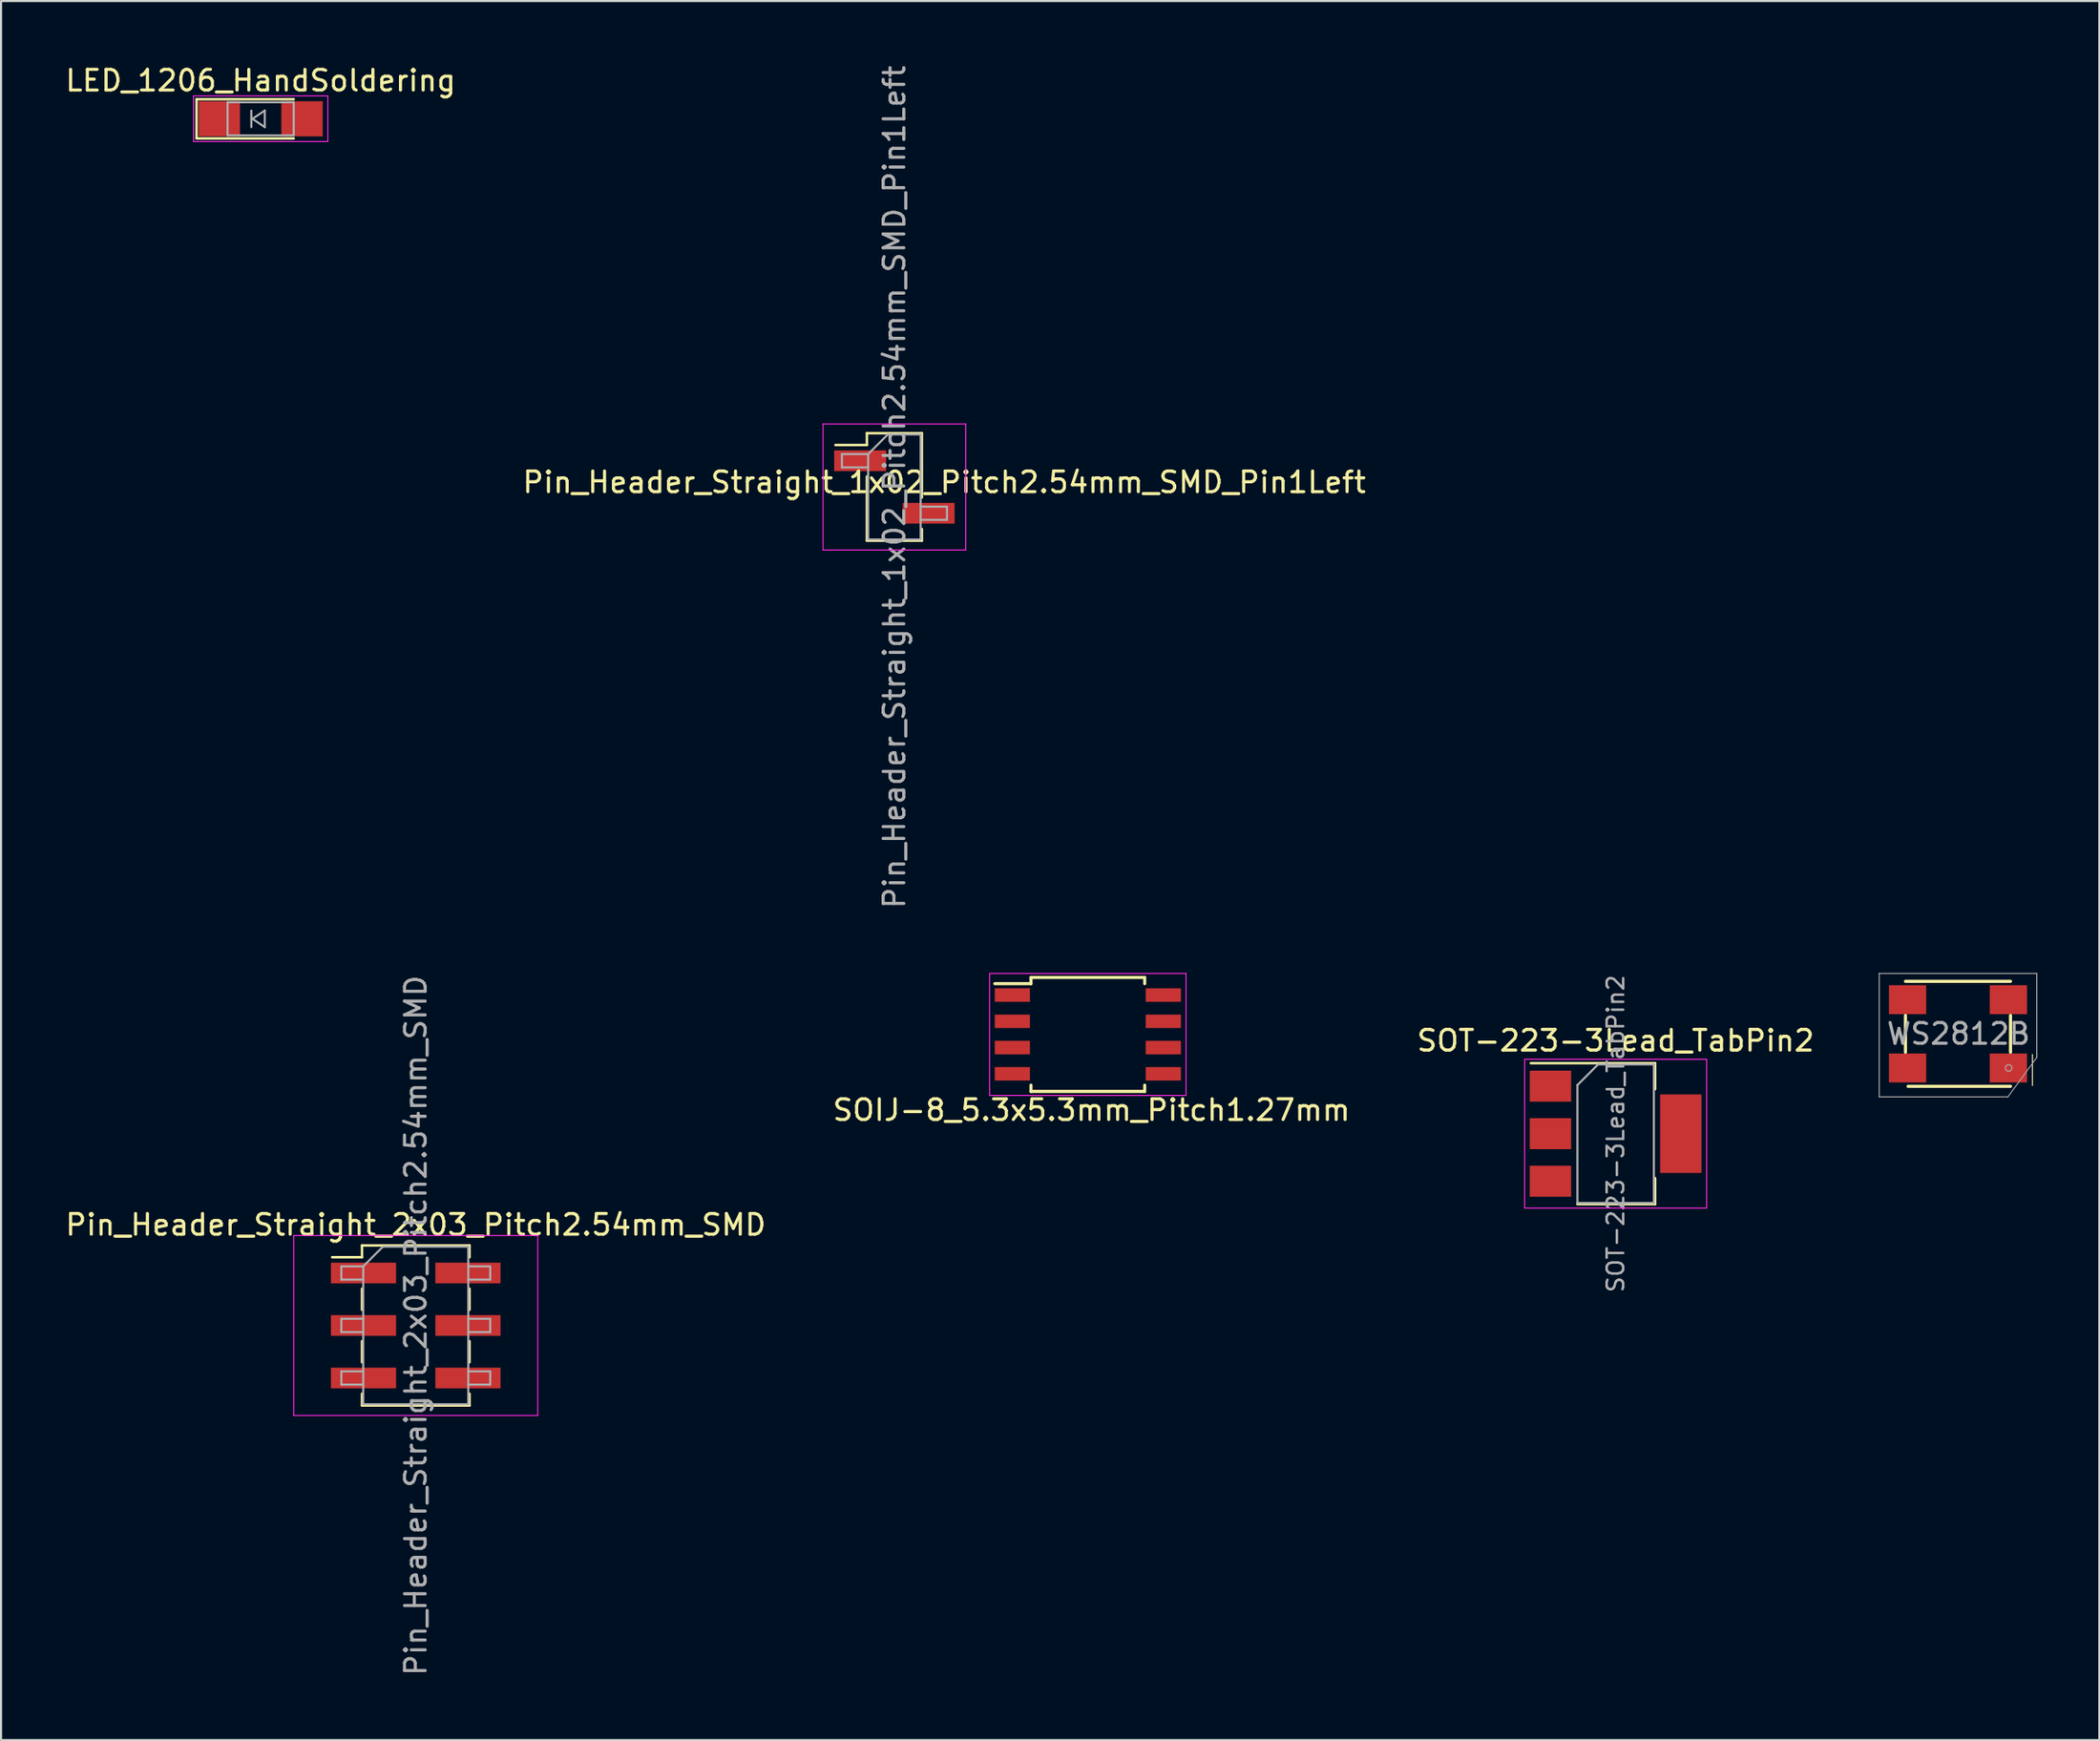
<source format=kicad_pcb>
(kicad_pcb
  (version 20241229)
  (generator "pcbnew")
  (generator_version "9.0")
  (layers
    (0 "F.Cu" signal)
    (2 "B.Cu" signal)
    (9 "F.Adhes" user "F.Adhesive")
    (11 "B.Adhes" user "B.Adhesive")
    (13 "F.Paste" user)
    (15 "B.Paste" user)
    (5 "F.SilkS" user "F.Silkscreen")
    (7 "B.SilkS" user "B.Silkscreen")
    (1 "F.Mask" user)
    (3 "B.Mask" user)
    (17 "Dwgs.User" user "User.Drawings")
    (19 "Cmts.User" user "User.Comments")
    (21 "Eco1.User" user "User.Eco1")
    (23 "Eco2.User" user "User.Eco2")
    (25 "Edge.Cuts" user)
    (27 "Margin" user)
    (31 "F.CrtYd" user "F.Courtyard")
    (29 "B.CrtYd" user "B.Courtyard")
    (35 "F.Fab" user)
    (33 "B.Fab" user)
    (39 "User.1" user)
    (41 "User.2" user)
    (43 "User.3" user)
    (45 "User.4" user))
  (footprint "Pin_Header_Straight_2x03_Pitch2.54mm_SMD"
    (layer "F.Cu")
    (at 17.054 61.065)
    (property "Reference" "Pin_Header_Straight_2x03_Pitch2.54mm_SMD" (at 0 -4.87 0) (layer "F.SilkS") (effects (font (size 1 1) (thickness 0.15))))
    (attr smd)
    (fp_line (start -4.04 -3.3) (end -2.6 -3.3) (stroke (width 0.12) (type solid)) (layer "F.SilkS"))
    (fp_line (start -2.6 -3.87) (end -2.6 -3.3) (stroke (width 0.12) (type solid)) (layer "F.SilkS"))
    (fp_line (start -2.6 -3.87) (end 2.6 -3.87) (stroke (width 0.12) (type solid)) (layer "F.SilkS"))
    (fp_line (start -2.6 -1.78) (end -2.6 -0.76) (stroke (width 0.12) (type solid)) (layer "F.SilkS"))
    (fp_line (start -2.6 0.76) (end -2.6 1.78) (stroke (width 0.12) (type solid)) (layer "F.SilkS"))
    (fp_line (start -2.6 3.3) (end -2.6 3.87) (stroke (width 0.12) (type solid)) (layer "F.SilkS"))
    (fp_line (start -2.6 3.87) (end 2.6 3.87) (stroke (width 0.12) (type solid)) (layer "F.SilkS"))
    (fp_line (start 2.6 -3.87) (end 2.6 -3.3) (stroke (width 0.12) (type solid)) (layer "F.SilkS"))
    (fp_line (start 2.6 -1.78) (end 2.6 -0.76) (stroke (width 0.12) (type solid)) (layer "F.SilkS"))
    (fp_line (start 2.6 0.76) (end 2.6 1.78) (stroke (width 0.12) (type solid)) (layer "F.SilkS"))
    (fp_line (start 2.6 3.3) (end 2.6 3.87) (stroke (width 0.12) (type solid)) (layer "F.SilkS"))
    (fp_line (start -5.9 -4.35) (end -5.9 4.35) (stroke (width 0.05) (type solid)) (layer "F.CrtYd"))
    (fp_line (start -5.9 4.35) (end 5.9 4.35) (stroke (width 0.05) (type solid)) (layer "F.CrtYd"))
    (fp_line (start 5.9 -4.35) (end -5.9 -4.35) (stroke (width 0.05) (type solid)) (layer "F.CrtYd"))
    (fp_line (start 5.9 4.35) (end 5.9 -4.35) (stroke (width 0.05) (type solid)) (layer "F.CrtYd"))
    (fp_line (start -3.6 -2.86) (end -3.6 -2.22) (stroke (width 0.1) (type solid)) (layer "F.Fab"))
    (fp_line (start -3.6 -2.22) (end -2.54 -2.22) (stroke (width 0.1) (type solid)) (layer "F.Fab"))
    (fp_line (start -3.6 -0.32) (end -3.6 0.32) (stroke (width 0.1) (type solid)) (layer "F.Fab"))
    (fp_line (start -3.6 0.32) (end -2.54 0.32) (stroke (width 0.1) (type solid)) (layer "F.Fab"))
    (fp_line (start -3.6 2.22) (end -3.6 2.86) (stroke (width 0.1) (type solid)) (layer "F.Fab"))
    (fp_line (start -3.6 2.86) (end -2.54 2.86) (stroke (width 0.1) (type solid)) (layer "F.Fab"))
    (fp_line (start -2.54 -2.86) (end -3.6 -2.86) (stroke (width 0.1) (type solid)) (layer "F.Fab"))
    (fp_line (start -2.54 -2.86) (end -1.59 -3.81) (stroke (width 0.1) (type solid)) (layer "F.Fab"))
    (fp_line (start -2.54 -0.32) (end -3.6 -0.32) (stroke (width 0.1) (type solid)) (layer "F.Fab"))
    (fp_line (start -2.54 2.22) (end -3.6 2.22) (stroke (width 0.1) (type solid)) (layer "F.Fab"))
    (fp_line (start -2.54 3.81) (end -2.54 -2.86) (stroke (width 0.1) (type solid)) (layer "F.Fab"))
    (fp_line (start -1.59 -3.81) (end 2.54 -3.81) (stroke (width 0.1) (type solid)) (layer "F.Fab"))
    (fp_line (start 2.54 -3.81) (end 2.54 3.81) (stroke (width 0.1) (type solid)) (layer "F.Fab"))
    (fp_line (start 2.54 -2.86) (end 3.6 -2.86) (stroke (width 0.1) (type solid)) (layer "F.Fab"))
    (fp_line (start 2.54 -0.32) (end 3.6 -0.32) (stroke (width 0.1) (type solid)) (layer "F.Fab"))
    (fp_line (start 2.54 2.22) (end 3.6 2.22) (stroke (width 0.1) (type solid)) (layer "F.Fab"))
    (fp_line (start 2.54 3.81) (end -2.54 3.81) (stroke (width 0.1) (type solid)) (layer "F.Fab"))
    (fp_line (start 3.6 -2.86) (end 3.6 -2.22) (stroke (width 0.1) (type solid)) (layer "F.Fab"))
    (fp_line (start 3.6 -2.22) (end 2.54 -2.22) (stroke (width 0.1) (type solid)) (layer "F.Fab"))
    (fp_line (start 3.6 -0.32) (end 3.6 0.32) (stroke (width 0.1) (type solid)) (layer "F.Fab"))
    (fp_line (start 3.6 0.32) (end 2.54 0.32) (stroke (width 0.1) (type solid)) (layer "F.Fab"))
    (fp_line (start 3.6 2.22) (end 3.6 2.86) (stroke (width 0.1) (type solid)) (layer "F.Fab"))
    (fp_line (start 3.6 2.86) (end 2.54 2.86) (stroke (width 0.1) (type solid)) (layer "F.Fab"))
    (fp_text user "${REFERENCE}" (at 0 0 90) (layer "F.Fab") (effects (font (size 1 1) (thickness 0.15))))
    (pad "1" smd rect (at -2.525 -2.54) (size 3.15 1) (layers "F.Cu" "F.Mask" "F.Paste"))
    (pad "2" smd rect (at 2.525 -2.54) (size 3.15 1) (layers "F.Cu" "F.Mask" "F.Paste"))
    (pad "3" smd rect (at -2.525 0) (size 3.15 1) (layers "F.Cu" "F.Mask" "F.Paste"))
    (pad "4" smd rect (at 2.525 0) (size 3.15 1) (layers "F.Cu" "F.Mask" "F.Paste"))
    (pad "5" smd rect (at -2.525 2.54) (size 3.15 1) (layers "F.Cu" "F.Mask" "F.Paste"))
    (pad "6" smd rect (at 2.525 2.54) (size 3.15 1) (layers "F.Cu" "F.Mask" "F.Paste")))
  (footprint "LED_1206_HandSoldering"
    (layer "F.Cu")
    (at 9.554 2.698)
    (property "Reference" "LED_1206_HandSoldering" (at 0 -1.85 0) (layer "F.SilkS") (effects (font (size 1 1) (thickness 0.15))))
    (attr smd)
    (fp_line (start -3.1 -0.95) (end -3.1 0.95) (stroke (width 0.12) (type solid)) (layer "F.SilkS"))
    (fp_line (start -3.1 -0.95) (end 1.6 -0.95) (stroke (width 0.12) (type solid)) (layer "F.SilkS"))
    (fp_line (start -3.1 0.95) (end 1.6 0.95) (stroke (width 0.12) (type solid)) (layer "F.SilkS"))
    (fp_line (start -3.25 -1.11) (end -3.25 1.1) (stroke (width 0.05) (type solid)) (layer "F.CrtYd"))
    (fp_line (start -3.25 -1.11) (end 3.25 -1.11) (stroke (width 0.05) (type solid)) (layer "F.CrtYd"))
    (fp_line (start 3.25 1.1) (end -3.25 1.1) (stroke (width 0.05) (type solid)) (layer "F.CrtYd"))
    (fp_line (start 3.25 1.1) (end 3.25 -1.11) (stroke (width 0.05) (type solid)) (layer "F.CrtYd"))
    (fp_line (start -1.6 -0.8) (end 1.6 -0.8) (stroke (width 0.1) (type solid)) (layer "F.Fab"))
    (fp_line (start -1.6 0.8) (end -1.6 -0.8) (stroke (width 0.1) (type solid)) (layer "F.Fab"))
    (fp_line (start -0.45 -0.4) (end -0.45 0.4) (stroke (width 0.1) (type solid)) (layer "F.Fab"))
    (fp_line (start -0.4 0) (end 0.2 -0.4) (stroke (width 0.1) (type solid)) (layer "F.Fab"))
    (fp_line (start 0.2 -0.4) (end 0.2 0.4) (stroke (width 0.1) (type solid)) (layer "F.Fab"))
    (fp_line (start 0.2 0.4) (end -0.4 0) (stroke (width 0.1) (type solid)) (layer "F.Fab"))
    (fp_line (start 1.6 -0.8) (end 1.6 0.8) (stroke (width 0.1) (type solid)) (layer "F.Fab"))
    (fp_line (start 1.6 0.8) (end -1.6 0.8) (stroke (width 0.1) (type solid)) (layer "F.Fab"))
    (pad "1" smd rect (at -2 0) (size 2 1.7) (layers "F.Cu" "F.Mask" "F.Paste"))
    (pad "2" smd rect (at 2 0) (size 2 1.7) (layers "F.Cu" "F.Mask" "F.Paste")))
  (footprint "Pin_Header_Straight_1x02_Pitch2.54mm_SMD_Pin1Left"
    (layer "F.Cu")
    (at 40.2 20.506)
    (property "Reference" "Pin_Header_Straight_1x02_Pitch2.54mm_SMD_Pin1Left" (at 2.413 -0.229 0) (layer "F.SilkS") (effects (font (size 1 1) (thickness 0.15))))
    (attr smd)
    (fp_line (start -1.33 -2.6) (end -1.33 -2.03) (stroke (width 0.12) (type solid)) (layer "F.SilkS"))
    (fp_line (start -1.33 -2.6) (end 1.33 -2.6) (stroke (width 0.12) (type solid)) (layer "F.SilkS"))
    (fp_line (start -1.33 -2.03) (end -2.85 -2.03) (stroke (width 0.12) (type solid)) (layer "F.SilkS"))
    (fp_line (start -1.33 -0.51) (end -1.33 2.6) (stroke (width 0.12) (type solid)) (layer "F.SilkS"))
    (fp_line (start -1.33 2.6) (end 1.33 2.6) (stroke (width 0.12) (type solid)) (layer "F.SilkS"))
    (fp_line (start 1.33 -2.6) (end 1.33 0.51) (stroke (width 0.12) (type solid)) (layer "F.SilkS"))
    (fp_line (start 1.33 2.03) (end 1.33 2.6) (stroke (width 0.12) (type solid)) (layer "F.SilkS"))
    (fp_line (start -3.45 -3.05) (end -3.45 3.05) (stroke (width 0.05) (type solid)) (layer "F.CrtYd"))
    (fp_line (start -3.45 3.05) (end 3.45 3.05) (stroke (width 0.05) (type solid)) (layer "F.CrtYd"))
    (fp_line (start 3.45 -3.05) (end -3.45 -3.05) (stroke (width 0.05) (type solid)) (layer "F.CrtYd"))
    (fp_line (start 3.45 3.05) (end 3.45 -3.05) (stroke (width 0.05) (type solid)) (layer "F.CrtYd"))
    (fp_line (start -2.54 -1.59) (end -2.54 -0.95) (stroke (width 0.1) (type solid)) (layer "F.Fab"))
    (fp_line (start -2.54 -0.95) (end -1.27 -0.95) (stroke (width 0.1) (type solid)) (layer "F.Fab"))
    (fp_line (start -1.27 -1.59) (end -2.54 -1.59) (stroke (width 0.1) (type solid)) (layer "F.Fab"))
    (fp_line (start -1.27 -1.59) (end -0.32 -2.54) (stroke (width 0.1) (type solid)) (layer "F.Fab"))
    (fp_line (start -1.27 2.54) (end -1.27 -1.59) (stroke (width 0.1) (type solid)) (layer "F.Fab"))
    (fp_line (start -0.32 -2.54) (end 1.27 -2.54) (stroke (width 0.1) (type solid)) (layer "F.Fab"))
    (fp_line (start 1.27 -2.54) (end 1.27 2.54) (stroke (width 0.1) (type solid)) (layer "F.Fab"))
    (fp_line (start 1.27 0.95) (end 2.54 0.95) (stroke (width 0.1) (type solid)) (layer "F.Fab"))
    (fp_line (start 1.27 2.54) (end -1.27 2.54) (stroke (width 0.1) (type solid)) (layer "F.Fab"))
    (fp_line (start 2.54 0.95) (end 2.54 1.59) (stroke (width 0.1) (type solid)) (layer "F.Fab"))
    (fp_line (start 2.54 1.59) (end 1.27 1.59) (stroke (width 0.1) (type solid)) (layer "F.Fab"))
    (fp_text user "${REFERENCE}" (at 0 0 90) (layer "F.Fab") (effects (font (size 1 1) (thickness 0.15))))
    (pad "1" smd rect (at -1.655 -1.27) (size 2.51 1) (layers "F.Cu" "F.Mask" "F.Paste"))
    (pad "2" smd rect (at 1.655 1.27) (size 2.51 1) (layers "F.Cu" "F.Mask" "F.Paste")))
  (footprint "WS2812B"
    (layer "F.Cu")
    (at 91.633 46.958)
    (property "Reference" "WS2812B" (at 0.025 0 0) (layer "F.Fab") (effects (font (size 1 1) (thickness 0.15))))
    (attr through_hole)
    (fp_line (start -2.54 -2.54) (end 2.54 -2.54) (stroke (width 0.152) (type solid)) (layer "F.SilkS"))
    (fp_line (start -2.54 -0.889) (end -2.54 0.889) (stroke (width 0.152) (type solid)) (layer "F.SilkS"))
    (fp_line (start 2.54 -0.889) (end 2.54 0.889) (stroke (width 0.152) (type solid)) (layer "F.SilkS"))
    (fp_line (start 2.54 2.54) (end -2.413 2.54) (stroke (width 0.152) (type solid)) (layer "F.SilkS"))
    (fp_line (start 3.6 1) (end 3.6 2.5) (stroke (width 0.05) (type solid)) (layer "F.SilkS"))
    (fp_line (start -3.81 -2.921) (end -3.81 3.048) (stroke (width 0.05) (type solid)) (layer "F.Fab"))
    (fp_line (start -3.81 3.048) (end 2.413 3.048) (stroke (width 0.05) (type solid)) (layer "F.Fab"))
    (fp_line (start 2.413 3.048) (end 3.81 1.143) (stroke (width 0.046) (type solid)) (layer "F.Fab"))
    (fp_line (start 3.81 -2.921) (end -3.81 -2.921) (stroke (width 0.05) (type solid)) (layer "F.Fab"))
    (fp_line (start 3.81 1.143) (end 3.81 -2.921) (stroke (width 0.05) (type solid)) (layer "F.Fab"))
    (fp_circle (center 2.45 1.65) (end 2.5 1.8) (stroke (width 0.05) (type solid)) (fill no) (layer "F.Fab"))
    (pad "1" smd rect (at 2.438 1.651) (size 1.8 1.4) (layers "F.Cu" "F.Mask" "F.Paste"))
    (pad "2" smd rect (at 2.438 -1.651) (size 1.8 1.4) (layers "F.Cu" "F.Mask" "F.Paste"))
    (pad "3" smd rect (at -2.438 -1.651) (size 1.8 1.4) (layers "F.Cu" "F.Mask" "F.Paste"))
    (pad "4" smd rect (at -2.438 1.651) (size 1.8 1.4) (layers "F.Cu" "F.Mask" "F.Paste")))
  (footprint "SOIJ-8_5.3x5.3mm_Pitch1.27mm"
    (layer "F.Cu")
    (at 49.554 46.987)
    (property "Reference" "SOIJ-8_5.3x5.3mm_Pitch1.27mm" (at 0.178 3.658 0) (layer "F.SilkS") (effects (font (size 1 1) (thickness 0.15))))
    (attr smd)
    (fp_line (start -2.75 -2.755) (end -2.75 -2.455) (stroke (width 0.15) (type solid)) (layer "F.SilkS"))
    (fp_line (start -2.75 -2.755) (end 2.75 -2.755) (stroke (width 0.15) (type solid)) (layer "F.SilkS"))
    (fp_line (start -2.75 -2.455) (end -4.5 -2.455) (stroke (width 0.15) (type solid)) (layer "F.SilkS"))
    (fp_line (start -2.75 2.755) (end -2.75 2.455) (stroke (width 0.15) (type solid)) (layer "F.SilkS"))
    (fp_line (start -2.75 2.755) (end 2.75 2.755) (stroke (width 0.15) (type solid)) (layer "F.SilkS"))
    (fp_line (start 2.75 -2.755) (end 2.75 -2.455) (stroke (width 0.15) (type solid)) (layer "F.SilkS"))
    (fp_line (start 2.75 2.755) (end 2.75 2.455) (stroke (width 0.15) (type solid)) (layer "F.SilkS"))
    (fp_line (start -4.75 -2.95) (end -4.75 2.95) (stroke (width 0.05) (type solid)) (layer "F.CrtYd"))
    (fp_line (start -4.75 -2.95) (end 4.75 -2.95) (stroke (width 0.05) (type solid)) (layer "F.CrtYd"))
    (fp_line (start -4.75 2.95) (end 4.75 2.95) (stroke (width 0.05) (type solid)) (layer "F.CrtYd"))
    (fp_line (start 4.75 -2.95) (end 4.75 2.95) (stroke (width 0.05) (type solid)) (layer "F.CrtYd"))
    (pad "1" smd rect (at -3.65 -1.905) (size 1.7 0.65) (layers "F.Cu" "F.Mask" "F.Paste"))
    (pad "2" smd rect (at -3.65 -0.635) (size 1.7 0.65) (layers "F.Cu" "F.Mask" "F.Paste"))
    (pad "3" smd rect (at -3.65 0.635) (size 1.7 0.65) (layers "F.Cu" "F.Mask" "F.Paste"))
    (pad "4" smd rect (at -3.65 1.905) (size 1.7 0.65) (layers "F.Cu" "F.Mask" "F.Paste"))
    (pad "5" smd rect (at 3.65 1.905) (size 1.7 0.65) (layers "F.Cu" "F.Mask" "F.Paste"))
    (pad "6" smd rect (at 3.65 0.635) (size 1.7 0.65) (layers "F.Cu" "F.Mask" "F.Paste"))
    (pad "7" smd rect (at 3.65 -0.635) (size 1.7 0.65) (layers "F.Cu" "F.Mask" "F.Paste"))
    (pad "8" smd rect (at 3.65 -1.905) (size 1.7 0.65) (layers "F.Cu" "F.Mask" "F.Paste")))
  (footprint "SOT-223-3Lead_TabPin2"
    (layer "F.Cu")
    (at 75.077 51.788)
    (property "Reference" "SOT-223-3Lead_TabPin2" (at 0 -4.5 0) (layer "F.SilkS") (effects (font (size 1 1) (thickness 0.15))))
    (attr smd)
    (fp_line (start -4.1 -3.41) (end 1.91 -3.41) (stroke (width 0.12) (type solid)) (layer "F.SilkS"))
    (fp_line (start -1.85 3.41) (end 1.91 3.41) (stroke (width 0.12) (type solid)) (layer "F.SilkS"))
    (fp_line (start 1.91 -3.41) (end 1.91 -2.15) (stroke (width 0.12) (type solid)) (layer "F.SilkS"))
    (fp_line (start 1.91 3.41) (end 1.91 2.15) (stroke (width 0.12) (type solid)) (layer "F.SilkS"))
    (fp_line (start -4.4 -3.6) (end -4.4 3.6) (stroke (width 0.05) (type solid)) (layer "F.CrtYd"))
    (fp_line (start -4.4 3.6) (end 4.4 3.6) (stroke (width 0.05) (type solid)) (layer "F.CrtYd"))
    (fp_line (start 4.4 -3.6) (end -4.4 -3.6) (stroke (width 0.05) (type solid)) (layer "F.CrtYd"))
    (fp_line (start 4.4 3.6) (end 4.4 -3.6) (stroke (width 0.05) (type solid)) (layer "F.CrtYd"))
    (fp_line (start -1.85 -2.35) (end -1.85 3.35) (stroke (width 0.1) (type solid)) (layer "F.Fab"))
    (fp_line (start -1.85 -2.35) (end -0.85 -3.35) (stroke (width 0.1) (type solid)) (layer "F.Fab"))
    (fp_line (start -1.85 3.35) (end 1.85 3.35) (stroke (width 0.1) (type solid)) (layer "F.Fab"))
    (fp_line (start -0.85 -3.35) (end 1.85 -3.35) (stroke (width 0.1) (type solid)) (layer "F.Fab"))
    (fp_line (start 1.85 -3.35) (end 1.85 3.35) (stroke (width 0.1) (type solid)) (layer "F.Fab"))
    (fp_text user "${REFERENCE}" (at 0 0 90) (layer "F.Fab") (effects (font (size 0.8 0.8) (thickness 0.12))))
    (pad "1" smd rect (at -3.15 -2.3) (size 2 1.5) (layers "F.Cu" "F.Mask" "F.Paste"))
    (pad "2" smd rect (at -3.15 0) (size 2 1.5) (layers "F.Cu" "F.Mask" "F.Paste"))
    (pad "2" smd rect (at 3.15 0) (size 2 3.8) (layers "F.Cu" "F.Mask" "F.Paste"))
    (pad "3" smd rect (at -3.15 2.3) (size 2 1.5) (layers "F.Cu" "F.Mask" "F.Paste")))
  (gr_rect
    (start -3 -3)
    (end 98.468 81.119)
    (stroke (width 0.1) (type default))
    (fill no)
    (layer "Edge.Cuts")))
</source>
